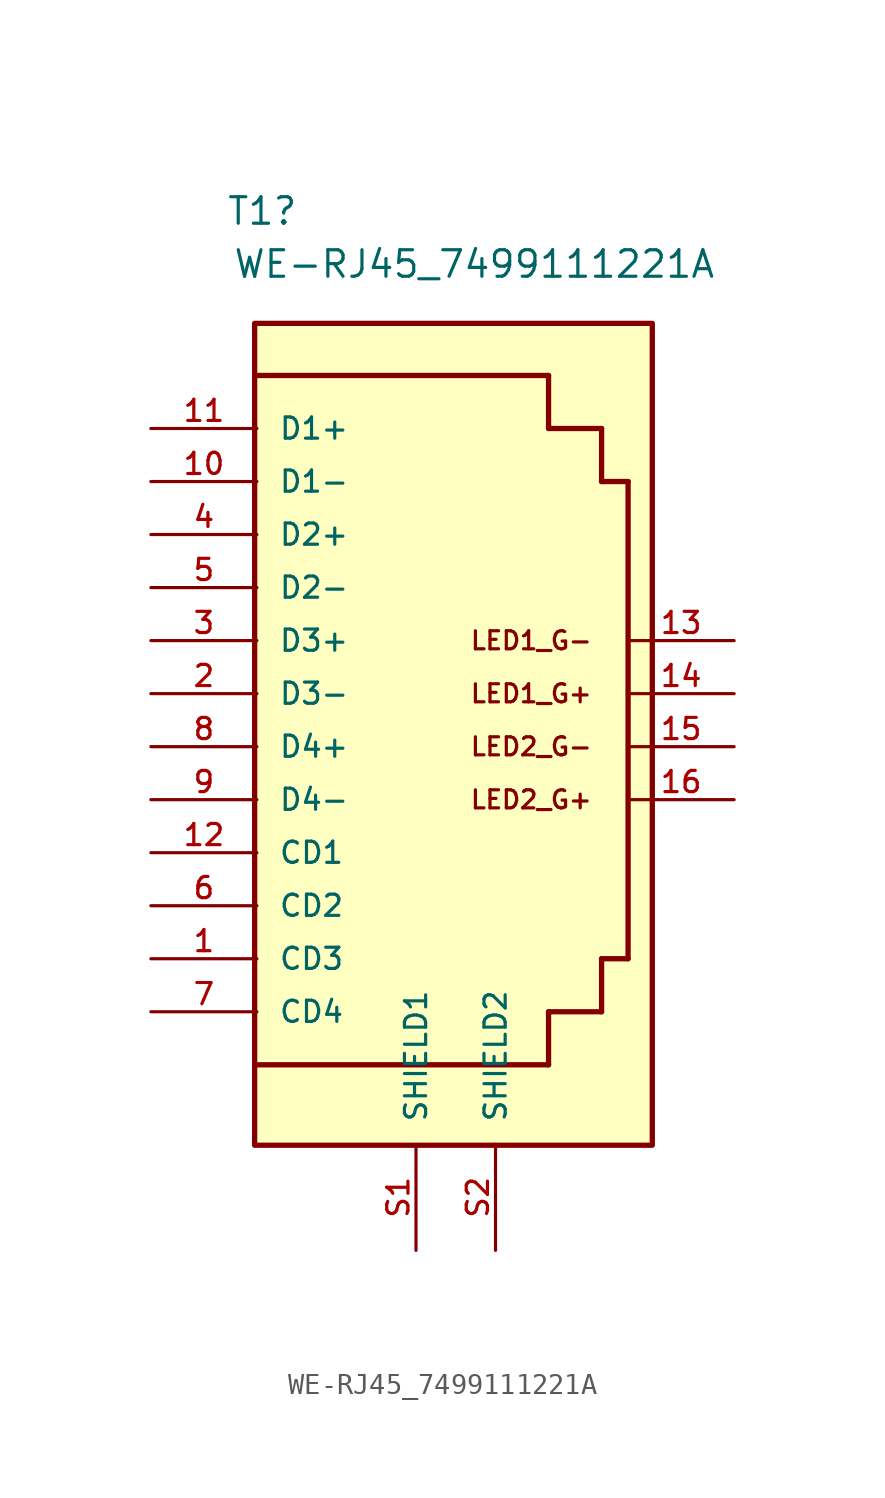
<source format=kicad_sym>
(kicad_symbol_lib
  (version 20241209)
  (generator "kicad_symbol_editor")
  (generator_version "9.0")
  (symbol "WE-RJ45_7499111221A"
    (pin_names
      (offset 1.016))
    (property "Reference" "T1"
      (at -7.366 25.654 0)
      (effects (font (size 1.27 1.27))))
    (property "Value" "WE-RJ45_7499111221A"
      (at 2.794 23.114 0)
      (effects (font (size 1.27 1.27))))
    (symbol "WE-RJ45_7499111221A_0_0"
      (rectangle (start -7.729 20.276) (end 11.32 -19.094) (stroke (width 0.254) (type default)) (fill (type background)))
      (polyline (pts (xy -7.62 17.78) (xy 6.35 17.78)) (stroke (width 0.254) (type default)) (fill (type none)))
      (polyline (pts (xy 6.35 17.78) (xy 6.35 15.24)) (stroke (width 0.254) (type default)) (fill (type none)))
      (polyline (pts (xy 6.35 15.24) (xy 8.89 15.24)) (stroke (width 0.254) (type default)) (fill (type none)))
      (polyline (pts (xy 6.35 -12.7) (xy 8.89 -12.7)) (stroke (width 0.254) (type default)) (fill (type none)))
      (polyline (pts (xy 6.35 -15.24) (xy -7.62 -15.24)) (stroke (width 0.254) (type default)) (fill (type none)))
      (polyline (pts (xy 6.35 -15.24) (xy 6.35 -12.7)) (stroke (width 0.254) (type default)) (fill (type none)))
      (polyline (pts (xy 8.89 15.24) (xy 8.89 12.7)) (stroke (width 0.254) (type default)) (fill (type none)))
      (polyline (pts (xy 8.89 12.7) (xy 10.16 12.7)) (stroke (width 0.254) (type default)) (fill (type none)))
      (polyline (pts (xy 8.89 -10.16) (xy 10.16 -10.16)) (stroke (width 0.254) (type default)) (fill (type none)))
      (polyline (pts (xy 8.89 -12.7) (xy 8.89 -10.16)) (stroke (width 0.254) (type default)) (fill (type none)))
      (polyline (pts (xy 10.16 12.7) (xy 10.16 -10.16)) (stroke (width 0.254) (type default)) (fill (type none)))
      (text "LED1_G-" (at 2.54 5.08 0) (effects (font (size 0.864 0.864)) (justify left)))
      (text "LED1_G+" (at 2.54 2.54 0) (effects (font (size 0.864 0.864)) (justify left)))
      (text "LED2_G-" (at 2.54 0 0) (effects (font (size 0.864 0.864)) (justify left)))
      (text "LED2_G+" (at 2.54 -2.54 0) (effects (font (size 0.864 0.864)) (justify left)))
      (pin passive line (at -12.7 15.24 0) (length 5.08) (name "D1+" (effects (font (size 1.016 1.016)))) (number "11" (effects (font (size 1.016 1.016)))))
      (pin passive line (at -12.7 12.7 0) (length 5.08) (name "D1-" (effects (font (size 1.016 1.016)))) (number "10" (effects (font (size 1.016 1.016)))))
      (pin passive line (at -12.7 10.16 0) (length 5.08) (name "D2+" (effects (font (size 1.016 1.016)))) (number "4" (effects (font (size 1.016 1.016)))))
      (pin passive line (at -12.7 7.62 0) (length 5.08) (name "D2-" (effects (font (size 1.016 1.016)))) (number "5" (effects (font (size 1.016 1.016)))))
      (pin passive line (at -12.7 5.08 0) (length 5.08) (name "D3+" (effects (font (size 1.016 1.016)))) (number "3" (effects (font (size 1.016 1.016)))))
      (pin passive line (at -12.7 2.54 0) (length 5.08) (name "D3-" (effects (font (size 1.016 1.016)))) (number "2" (effects (font (size 1.016 1.016)))))
      (pin passive line (at -12.7 0 0) (length 5.08) (name "D4+" (effects (font (size 1.016 1.016)))) (number "8" (effects (font (size 1.016 1.016)))))
      (pin passive line (at -12.7 -2.54 0) (length 5.08) (name "D4-" (effects (font (size 1.016 1.016)))) (number "9" (effects (font (size 1.016 1.016)))))
      (pin passive line (at -12.7 -5.08 0) (length 5.08) (name "CD1" (effects (font (size 1.016 1.016)))) (number "12" (effects (font (size 1.016 1.016)))))
      (pin passive line (at -12.7 -7.62 0) (length 5.08) (name "CD2" (effects (font (size 1.016 1.016)))) (number "6" (effects (font (size 1.016 1.016)))))
      (pin passive line (at -12.7 -10.16 0) (length 5.08) (name "CD3" (effects (font (size 1.016 1.016)))) (number "1" (effects (font (size 1.016 1.016)))))
      (pin passive line (at -12.7 -12.7 0) (length 5.08) (name "CD4" (effects (font (size 1.016 1.016)))) (number "7" (effects (font (size 1.016 1.016)))))
      (pin passive line (at 0 -24.13 90) (length 5.08) (name "SHIELD1" (effects (font (size 1.016 1.016)))) (number "S1" (effects (font (size 1.016 1.016)))))
      (pin passive line (at 3.81 -24.13 90) (length 5.08) (name "SHIELD2" (effects (font (size 1.016 1.016)))) (number "S2" (effects (font (size 1.016 1.016)))))
      (pin passive line (at 15.24 5.08 180) (length 5.08) (name "~" (effects (font (size 1.016 1.016)))) (number "13" (effects (font (size 1.016 1.016)))))
      (pin passive line (at 15.24 2.54 180) (length 5.08) (name "~" (effects (font (size 1.016 1.016)))) (number "14" (effects (font (size 1.016 1.016)))))
      (pin passive line (at 15.24 0 180) (length 5.08) (name "~" (effects (font (size 1.016 1.016)))) (number "15" (effects (font (size 1.016 1.016)))))
      (pin passive line (at 15.24 -2.54 180) (length 5.08) (name "~" (effects (font (size 1.016 1.016)))) (number "16" (effects (font (size 1.016 1.016))))))))
</source>
